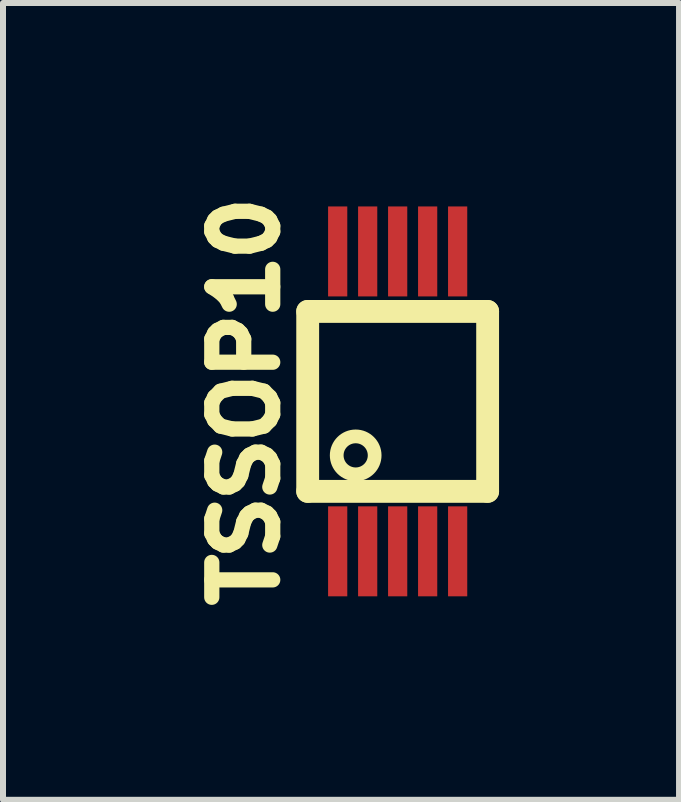
<source format=kicad_pcb>
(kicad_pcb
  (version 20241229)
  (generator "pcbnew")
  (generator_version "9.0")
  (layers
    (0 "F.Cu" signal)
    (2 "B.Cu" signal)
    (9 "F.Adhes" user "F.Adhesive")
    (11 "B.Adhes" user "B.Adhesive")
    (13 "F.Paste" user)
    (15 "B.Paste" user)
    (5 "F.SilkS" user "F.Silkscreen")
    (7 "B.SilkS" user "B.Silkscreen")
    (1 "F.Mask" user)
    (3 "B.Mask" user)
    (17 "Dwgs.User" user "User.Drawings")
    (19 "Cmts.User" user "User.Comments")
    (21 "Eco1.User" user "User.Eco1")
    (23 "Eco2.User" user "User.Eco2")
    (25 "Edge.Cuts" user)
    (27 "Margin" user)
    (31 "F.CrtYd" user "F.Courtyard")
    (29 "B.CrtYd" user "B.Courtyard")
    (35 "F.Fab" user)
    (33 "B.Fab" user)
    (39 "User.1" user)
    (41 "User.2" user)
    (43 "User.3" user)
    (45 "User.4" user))
  (footprint "TSSOP10"
    (layer "F.Cu")
    (at 3.58 3.642)
    (property "Reference" "TSSOP10" (at -2.54 0 90) (layer "F.SilkS") (effects (font (size 1.016 1.016) (thickness 0.254))))
    (attr through_hole)
    (fp_line (start -1.5 -1.5) (end -1.5 1.5) (stroke (width 0.381) (type solid)) (layer "F.SilkS"))
    (fp_line (start -1.5 1.5) (end 1.5 1.5) (stroke (width 0.381) (type solid)) (layer "F.SilkS"))
    (fp_line (start 1.5 -1.5) (end -1.5 -1.5) (stroke (width 0.381) (type solid)) (layer "F.SilkS"))
    (fp_line (start 1.5 1.5) (end 1.5 -1.5) (stroke (width 0.381) (type solid)) (layer "F.SilkS"))
    (fp_circle (center -0.7 0.9) (end -0.6 0.6) (stroke (width 0.229) (type solid)) (fill no) (layer "F.SilkS"))
    (pad "1" smd rect (at -1 2.5) (size 0.32 1.5) (layers "F.Cu" "F.Mask" "F.Paste"))
    (pad "2" smd rect (at -0.5 2.5) (size 0.32 1.5) (layers "F.Cu" "F.Mask" "F.Paste"))
    (pad "3" smd rect (at 0 2.5) (size 0.32 1.5) (layers "F.Cu" "F.Mask" "F.Paste"))
    (pad "4" smd rect (at 0.5 2.5) (size 0.32 1.5) (layers "F.Cu" "F.Mask" "F.Paste"))
    (pad "5" smd rect (at 1 2.5) (size 0.32 1.5) (layers "F.Cu" "F.Mask" "F.Paste"))
    (pad "6" smd rect (at 1 -2.5) (size 0.32 1.5) (layers "F.Cu" "F.Mask" "F.Paste"))
    (pad "7" smd rect (at 0.5 -2.5) (size 0.32 1.5) (layers "F.Cu" "F.Mask" "F.Paste"))
    (pad "8" smd rect (at 0 -2.5) (size 0.32 1.5) (layers "F.Cu" "F.Mask" "F.Paste"))
    (pad "9" smd rect (at -0.5 -2.5) (size 0.32 1.5) (layers "F.Cu" "F.Mask" "F.Paste"))
    (pad "10" smd rect (at -1 -2.5) (size 0.32 1.5) (layers "F.Cu" "F.Mask" "F.Paste")))
  (gr_rect
    (start -3 -3)
    (end 8.271 10.284)
    (stroke (width 0.1) (type default))
    (fill no)
    (layer "Edge.Cuts")))
</source>
